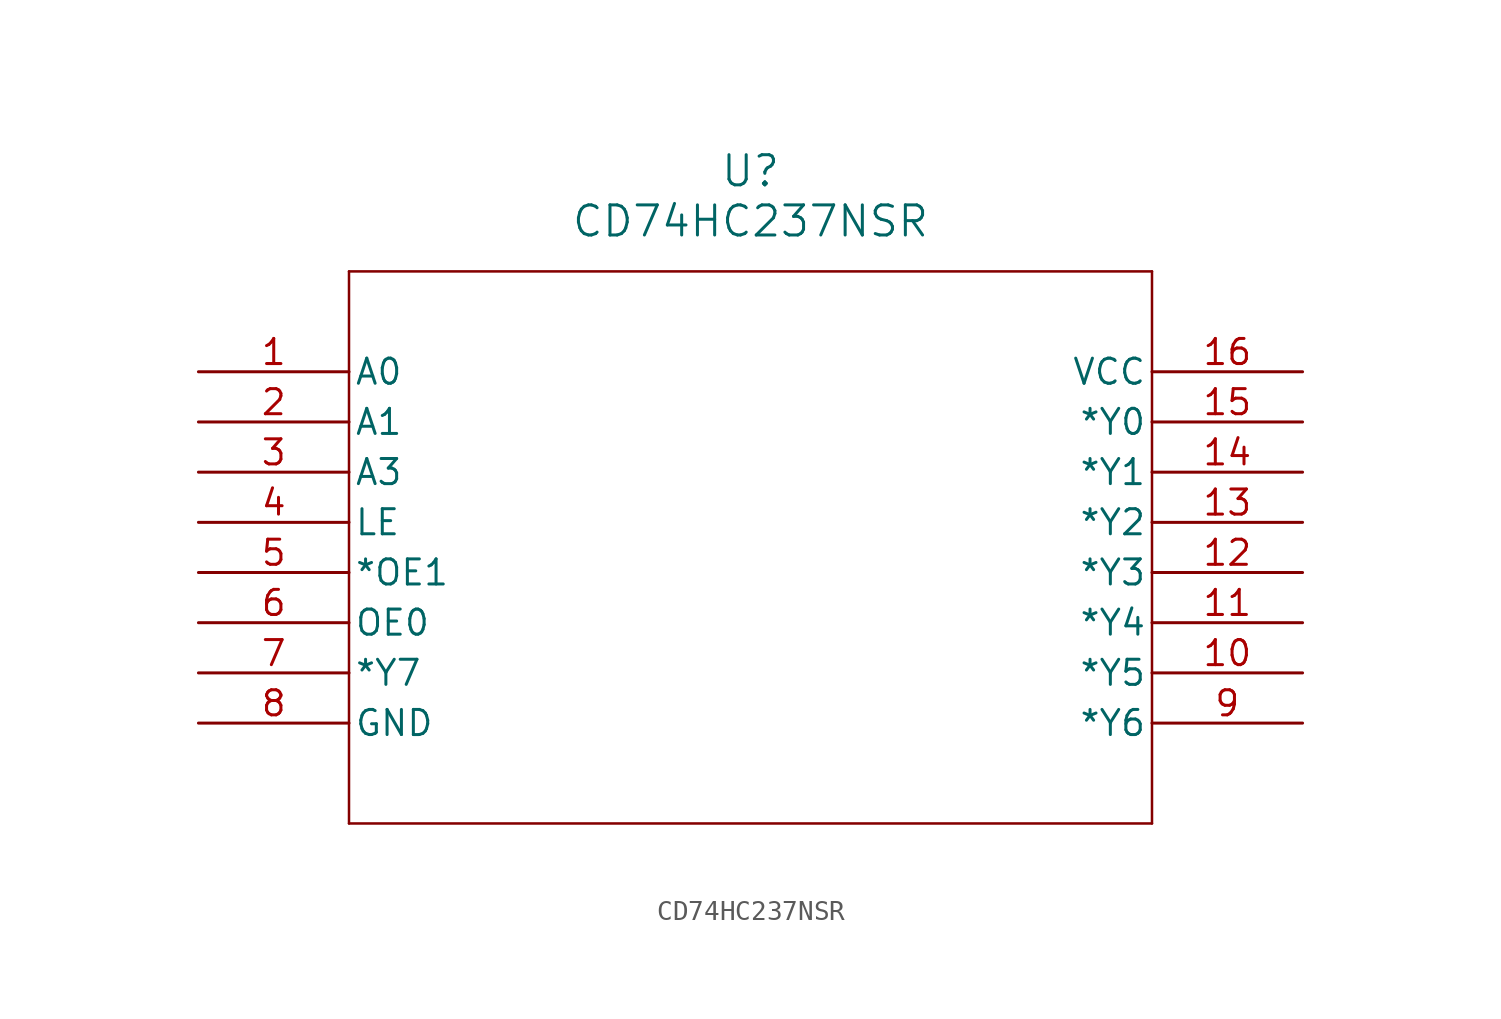
<source format=kicad_sym>
(kicad_symbol_lib
  (version 20211014)
  (generator kicad_symbol_editor)
  (symbol "CD74HC237NSR"
    (pin_names
      (offset 0.254))
    (property "Reference" "U"
      (at 27.94 10.16 0)
      (effects (font (size 1.524 1.524))))
    (property "Value" "CD74HC237NSR"
      (at 27.94 7.62 0)
      (effects (font (size 1.524 1.524))))
    (symbol "CD74HC237NSR_0_1"
      (polyline (pts (xy 7.62 5.08) (xy 7.62 -22.86)) (stroke (width 0.127) (type default) (color 0 0 0 0)) (fill (type none)))
      (polyline (pts (xy 7.62 -22.86) (xy 48.26 -22.86)) (stroke (width 0.127) (type default) (color 0 0 0 0)) (fill (type none)))
      (polyline (pts (xy 48.26 -22.86) (xy 48.26 5.08)) (stroke (width 0.127) (type default) (color 0 0 0 0)) (fill (type none)))
      (polyline (pts (xy 48.26 5.08) (xy 7.62 5.08)) (stroke (width 0.127) (type default) (color 0 0 0 0)) (fill (type none)))
      (pin input line (at 0 0 0) (length 7.62) (name "A0" (effects (font (size 1.27 1.27)))) (number "1" (effects (font (size 1.27 1.27)))))
      (pin input line (at 0 -2.54 0) (length 7.62) (name "A1" (effects (font (size 1.27 1.27)))) (number "2" (effects (font (size 1.27 1.27)))))
      (pin input line (at 0 -5.08 0) (length 7.62) (name "A3" (effects (font (size 1.27 1.27)))) (number "3" (effects (font (size 1.27 1.27)))))
      (pin input line (at 0 -7.62 0) (length 7.62) (name "LE" (effects (font (size 1.27 1.27)))) (number "4" (effects (font (size 1.27 1.27)))))
      (pin input line (at 0 -10.16 0) (length 7.62) (name "*OE1" (effects (font (size 1.27 1.27)))) (number "5" (effects (font (size 1.27 1.27)))))
      (pin input line (at 0 -12.7 0) (length 7.62) (name "OE0" (effects (font (size 1.27 1.27)))) (number "6" (effects (font (size 1.27 1.27)))))
      (pin output line (at 0 -15.24 0) (length 7.62) (name "*Y7" (effects (font (size 1.27 1.27)))) (number "7" (effects (font (size 1.27 1.27)))))
      (pin power_in line (at 0 -17.78 0) (length 7.62) (name "GND" (effects (font (size 1.27 1.27)))) (number "8" (effects (font (size 1.27 1.27)))))
      (pin output line (at 55.88 -17.78 180) (length 7.62) (name "*Y6" (effects (font (size 1.27 1.27)))) (number "9" (effects (font (size 1.27 1.27)))))
      (pin output line (at 55.88 -15.24 180) (length 7.62) (name "*Y5" (effects (font (size 1.27 1.27)))) (number "10" (effects (font (size 1.27 1.27)))))
      (pin output line (at 55.88 -12.7 180) (length 7.62) (name "*Y4" (effects (font (size 1.27 1.27)))) (number "11" (effects (font (size 1.27 1.27)))))
      (pin output line (at 55.88 -10.16 180) (length 7.62) (name "*Y3" (effects (font (size 1.27 1.27)))) (number "12" (effects (font (size 1.27 1.27)))))
      (pin output line (at 55.88 -7.62 180) (length 7.62) (name "*Y2" (effects (font (size 1.27 1.27)))) (number "13" (effects (font (size 1.27 1.27)))))
      (pin output line (at 55.88 -5.08 180) (length 7.62) (name "*Y1" (effects (font (size 1.27 1.27)))) (number "14" (effects (font (size 1.27 1.27)))))
      (pin output line (at 55.88 -2.54 180) (length 7.62) (name "*Y0" (effects (font (size 1.27 1.27)))) (number "15" (effects (font (size 1.27 1.27)))))
      (pin power_in line (at 55.88 0 180) (length 7.62) (name "VCC" (effects (font (size 1.27 1.27)))) (number "16" (effects (font (size 1.27 1.27))))))))
</source>
